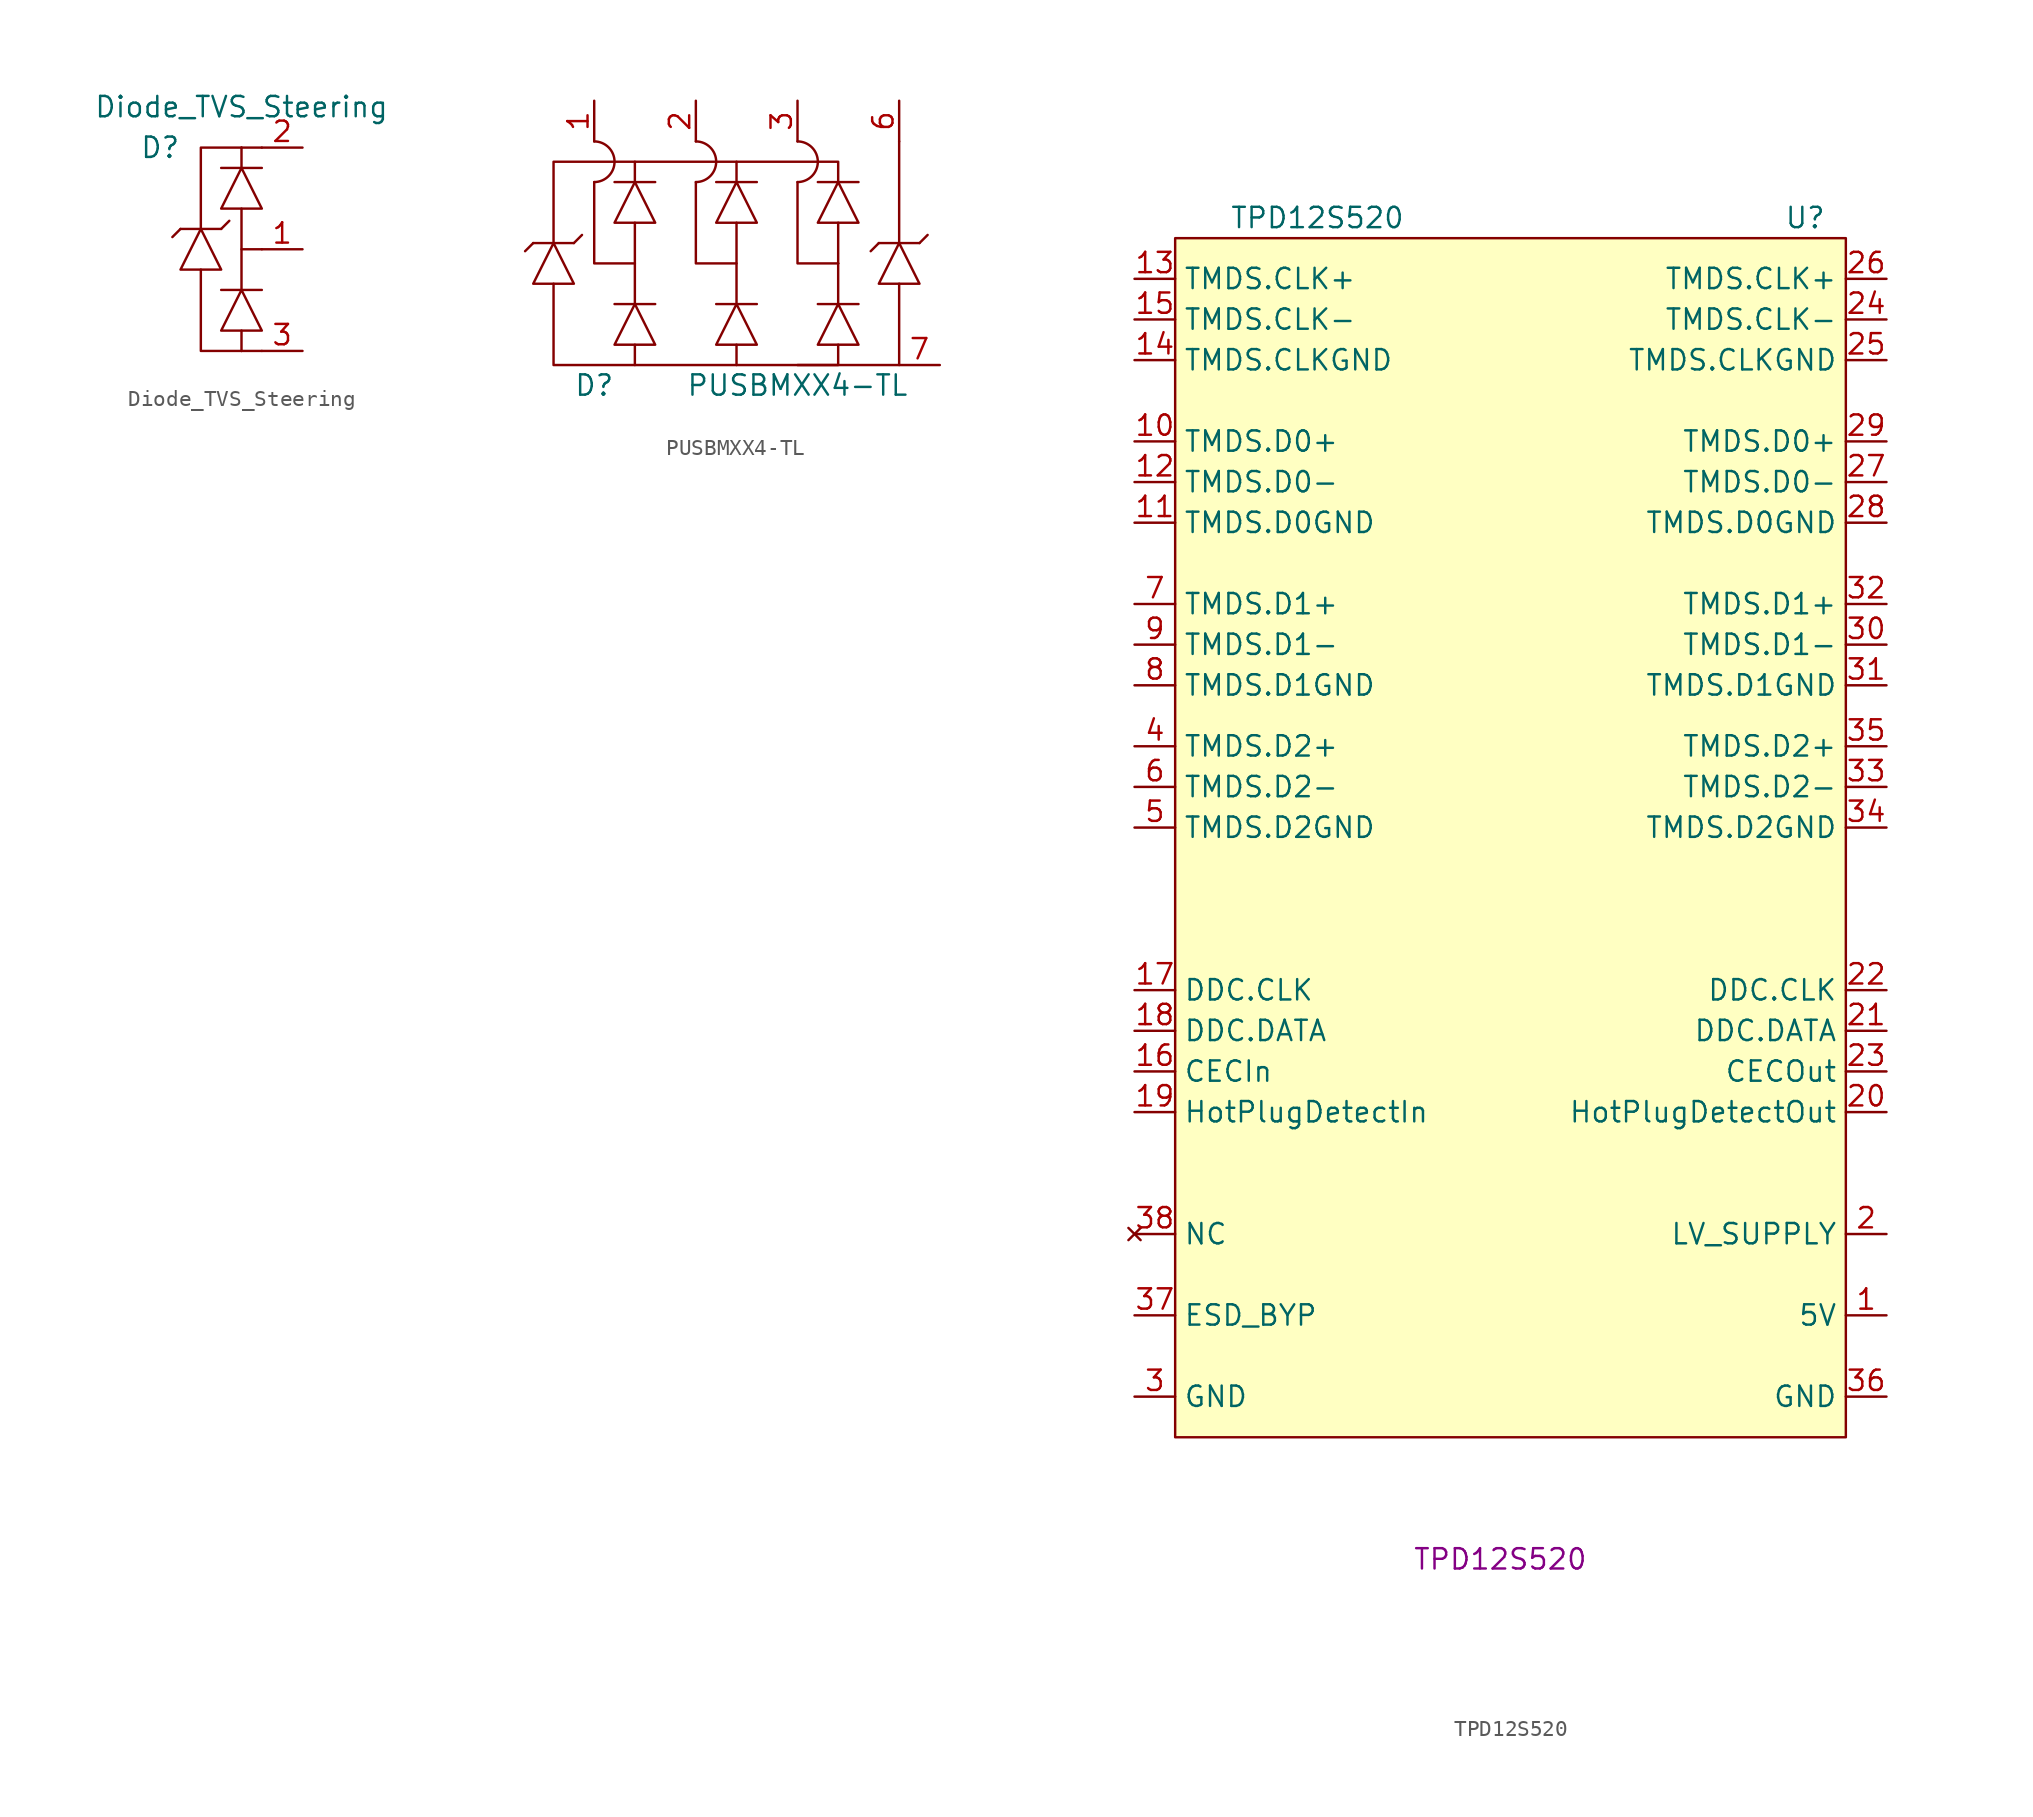
<source format=kicad_sym>
(kicad_symbol_lib
  (version 20211014)
  (generator kicad_symbol_editor)
  (symbol "Diode_TVS_Steering"
    (pin_names hide)
    (property "Reference" "D"
      (at -5.08 6.35 0)
      (effects (font (size 1.27 1.27))))
    (property "Value" "Diode_TVS_Steering"
      (at 0 8.89 0)
      (effects (font (size 1.27 1.27))))
    (symbol "Diode_TVS_Steering_0_1"
      (polyline (pts (xy 0 -5.08) (xy 0 -6.35)) (stroke (width 0) (type default) (color 0 0 0 0)) (fill (type none)))
      (polyline (pts (xy 0 5.08) (xy 0 6.35)) (stroke (width 0) (type default) (color 0 0 0 0)) (fill (type none)))
      (polyline (pts (xy 1.27 -6.35) (xy 0 -6.35)) (stroke (width 0) (type default) (color 0 0 0 0)) (fill (type none)))
      (polyline (pts (xy 1.27 0) (xy 0 0)) (stroke (width 0) (type default) (color 0 0 0 0)) (fill (type none)))
      (polyline (pts (xy 1.27 6.35) (xy 0 6.35)) (stroke (width 0) (type default) (color 0 0 0 0)) (fill (type none)))
      (polyline (pts (xy -2.54 1.27) (xy -2.54 6.35) (xy 0 6.35)) (stroke (width 0) (type default) (color 0 0 0 0)) (fill (type none)))
      (polyline (pts (xy 0 -6.35) (xy -2.54 -6.35) (xy -2.54 -1.27)) (stroke (width 0) (type default) (color 0 0 0 0)) (fill (type none))))
    (symbol "Diode_TVS_Steering_1_1"
      (polyline (pts (xy -3.81 1.27) (xy -4.318 0.762)) (stroke (width 0) (type default) (color 0 0 0 0)) (fill (type none)))
      (polyline (pts (xy -3.81 1.27) (xy -1.27 1.27)) (stroke (width 0) (type default) (color 0 0 0 0)) (fill (type none)))
      (polyline (pts (xy -1.27 -2.54) (xy 1.27 -2.54)) (stroke (width 0) (type default) (color 0 0 0 0)) (fill (type none)))
      (polyline (pts (xy -1.27 1.27) (xy -0.762 1.778)) (stroke (width 0) (type default) (color 0 0 0 0)) (fill (type none)))
      (polyline (pts (xy -1.27 5.08) (xy 1.27 5.08)) (stroke (width 0) (type default) (color 0 0 0 0)) (fill (type none)))
      (polyline (pts (xy 0 2.54) (xy 0 -2.54)) (stroke (width 0) (type default) (color 0 0 0 0)) (fill (type none)))
      (polyline (pts (xy -3.81 -1.27) (xy -1.27 -1.27) (xy -2.54 1.27) (xy -3.81 -1.27)) (stroke (width 0) (type default) (color 0 0 0 0)) (fill (type none)))
      (polyline (pts (xy -1.27 -5.08) (xy 1.27 -5.08) (xy 0 -2.54) (xy -1.27 -5.08)) (stroke (width 0) (type default) (color 0 0 0 0)) (fill (type none)))
      (polyline (pts (xy -1.27 2.54) (xy 1.27 2.54) (xy 0 5.08) (xy -1.27 2.54)) (stroke (width 0) (type default) (color 0 0 0 0)) (fill (type none)))
      (pin power_in line (at 3.81 0 180) (length 2.54) (name "~" (effects (font (size 1.27 1.27)))) (number "1" (effects (font (size 1.27 1.27)))))
      (pin passive line (at 3.81 6.35 180) (length 2.54) (name "Vp" (effects (font (size 1.27 1.27)))) (number "2" (effects (font (size 1.27 1.27)))))
      (pin passive line (at 3.81 -6.35 180) (length 2.54) (name "Vn" (effects (font (size 1.27 1.27)))) (number "3" (effects (font (size 1.27 1.27)))))))
  (symbol "PUSBMXX4-TL"
    (property "Reference" "D"
      (at -8.89 -7.62 0)
      (effects (font (size 1.27 1.27))))
    (property "Value" "PUSBMXX4-TL"
      (at 3.81 -7.62 0)
      (effects (font (size 1.27 1.27))))
    (symbol "PUSBMXX4-TL_0_1"
      (arc (start -8.89 5.08) (mid -7.62 6.35) (end -8.89 7.62) (stroke (width 0) (type default) (color 0 0 0 0)) (fill (type none)))
      (polyline (pts (xy -6.35 2.54) (xy -6.35 -2.54)) (stroke (width 0) (type default) (color 0 0 0 0)) (fill (type none)))
      (polyline (pts (xy 0 -5.08) (xy 0 -6.35)) (stroke (width 0) (type default) (color 0 0 0 0)) (fill (type none)))
      (polyline (pts (xy 0 2.54) (xy 0 -2.54)) (stroke (width 0) (type default) (color 0 0 0 0)) (fill (type none)))
      (polyline (pts (xy 0 6.35) (xy 0 5.08)) (stroke (width 0) (type default) (color 0 0 0 0)) (fill (type none)))
      (polyline (pts (xy 6.35 0) (xy 6.35 -2.54)) (stroke (width 0) (type default) (color 0 0 0 0)) (fill (type none)))
      (polyline (pts (xy 6.35 2.54) (xy 6.35 0)) (stroke (width 0) (type default) (color 0 0 0 0)) (fill (type none)))
      (polyline (pts (xy 10.16 1.27) (xy 10.16 7.62)) (stroke (width 0) (type default) (color 0 0 0 0)) (fill (type none)))
      (polyline (pts (xy -11.43 -1.27) (xy -11.43 -6.35) (xy -6.35 -6.35)) (stroke (width 0) (type default) (color 0 0 0 0)) (fill (type none)))
      (polyline (pts (xy -8.89 5.08) (xy -8.89 0) (xy -6.35 0)) (stroke (width 0) (type default) (color 0 0 0 0)) (fill (type none)))
      (polyline (pts (xy -6.35 6.35) (xy -11.43 6.35) (xy -11.43 1.27)) (stroke (width 0) (type default) (color 0 0 0 0)) (fill (type none)))
      (polyline (pts (xy -2.54 5.08) (xy -2.54 0) (xy 0 0)) (stroke (width 0) (type default) (color 0 0 0 0)) (fill (type none)))
      (polyline (pts (xy 3.81 -6.35) (xy 10.16 -6.35) (xy 10.16 -1.27)) (stroke (width 0) (type default) (color 0 0 0 0)) (fill (type none)))
      (polyline (pts (xy 3.81 5.08) (xy 3.81 0) (xy 6.35 0)) (stroke (width 0) (type default) (color 0 0 0 0)) (fill (type none)))
      (polyline (pts (xy -6.35 -5.08) (xy -6.35 -6.35) (xy 6.35 -6.35) (xy 6.35 -5.08)) (stroke (width 0) (type default) (color 0 0 0 0)) (fill (type none)))
      (polyline (pts (xy 6.35 5.08) (xy 6.35 6.35) (xy -6.35 6.35) (xy -6.35 5.08)) (stroke (width 0) (type default) (color 0 0 0 0)) (fill (type none))))
    (symbol "PUSBMXX4-TL_1_1"
      (arc (start -2.54 5.08) (mid -1.27 6.35) (end -2.54 7.62) (stroke (width 0) (type default) (color 0 0 0 0)) (fill (type none)))
      (polyline (pts (xy -12.7 1.27) (xy -13.208 0.762)) (stroke (width 0) (type default) (color 0 0 0 0)) (fill (type none)))
      (polyline (pts (xy -12.7 1.27) (xy -10.16 1.27)) (stroke (width 0) (type default) (color 0 0 0 0)) (fill (type none)))
      (polyline (pts (xy -10.16 1.27) (xy -9.652 1.778)) (stroke (width 0) (type default) (color 0 0 0 0)) (fill (type none)))
      (polyline (pts (xy -7.62 -2.54) (xy -5.08 -2.54)) (stroke (width 0) (type default) (color 0 0 0 0)) (fill (type none)))
      (polyline (pts (xy -7.62 5.08) (xy -5.08 5.08)) (stroke (width 0) (type default) (color 0 0 0 0)) (fill (type none)))
      (polyline (pts (xy -1.27 -2.54) (xy 1.27 -2.54)) (stroke (width 0) (type default) (color 0 0 0 0)) (fill (type none)))
      (polyline (pts (xy -1.27 5.08) (xy 1.27 5.08)) (stroke (width 0) (type default) (color 0 0 0 0)) (fill (type none)))
      (polyline (pts (xy 5.08 -2.54) (xy 7.62 -2.54)) (stroke (width 0) (type default) (color 0 0 0 0)) (fill (type none)))
      (polyline (pts (xy 5.08 5.08) (xy 7.62 5.08)) (stroke (width 0) (type default) (color 0 0 0 0)) (fill (type none)))
      (polyline (pts (xy 8.89 1.27) (xy 8.382 0.762)) (stroke (width 0) (type default) (color 0 0 0 0)) (fill (type none)))
      (polyline (pts (xy 8.89 1.27) (xy 11.43 1.27)) (stroke (width 0) (type default) (color 0 0 0 0)) (fill (type none)))
      (polyline (pts (xy 11.43 1.27) (xy 11.938 1.778)) (stroke (width 0) (type default) (color 0 0 0 0)) (fill (type none)))
      (polyline (pts (xy -12.7 -1.27) (xy -10.16 -1.27) (xy -11.43 1.27) (xy -12.7 -1.27)) (stroke (width 0) (type default) (color 0 0 0 0)) (fill (type none)))
      (polyline (pts (xy -7.62 -5.08) (xy -5.08 -5.08) (xy -6.35 -2.54) (xy -7.62 -5.08)) (stroke (width 0) (type default) (color 0 0 0 0)) (fill (type none)))
      (polyline (pts (xy -7.62 2.54) (xy -5.08 2.54) (xy -6.35 5.08) (xy -7.62 2.54)) (stroke (width 0) (type default) (color 0 0 0 0)) (fill (type none)))
      (polyline (pts (xy -1.27 -5.08) (xy 1.27 -5.08) (xy 0 -2.54) (xy -1.27 -5.08)) (stroke (width 0) (type default) (color 0 0 0 0)) (fill (type none)))
      (polyline (pts (xy -1.27 2.54) (xy 1.27 2.54) (xy 0 5.08) (xy -1.27 2.54)) (stroke (width 0) (type default) (color 0 0 0 0)) (fill (type none)))
      (polyline (pts (xy 5.08 -5.08) (xy 7.62 -5.08) (xy 6.35 -2.54) (xy 5.08 -5.08)) (stroke (width 0) (type default) (color 0 0 0 0)) (fill (type none)))
      (polyline (pts (xy 5.08 2.54) (xy 7.62 2.54) (xy 6.35 5.08) (xy 5.08 2.54)) (stroke (width 0) (type default) (color 0 0 0 0)) (fill (type none)))
      (polyline (pts (xy 8.89 -1.27) (xy 11.43 -1.27) (xy 10.16 1.27) (xy 8.89 -1.27)) (stroke (width 0) (type default) (color 0 0 0 0)) (fill (type none)))
      (arc (start 3.81 5.08) (mid 5.08 6.35) (end 3.81 7.62) (stroke (width 0) (type default) (color 0 0 0 0)) (fill (type none)))
      (pin power_in line (at -8.89 10.16 270) (length 2.54) (name "~" (effects (font (size 1.27 1.27)))) (number "1" (effects (font (size 1.27 1.27)))))
      (pin power_in line (at -2.54 10.16 270) (length 2.54) (name "~" (effects (font (size 1.27 1.27)))) (number "2" (effects (font (size 1.27 1.27)))))
      (pin power_in line (at 3.81 10.16 270) (length 2.54) (name "~" (effects (font (size 1.27 1.27)))) (number "3" (effects (font (size 1.27 1.27)))))
      (pin power_in line (at 10.16 10.16 270) (length 2.54) (name "~" (effects (font (size 1.27 1.27)))) (number "6" (effects (font (size 1.27 1.27)))))
      (pin power_in line (at 12.7 -6.35 180) (length 2.54) (name "~" (effects (font (size 1.27 1.27)))) (number "7" (effects (font (size 1.27 1.27)))))))
  (symbol "TPD12S520"
    (property "Reference" "U"
      (at 19.05 39.37 0)
      (effects (font (size 1.27 1.27))))
    (property "Value" "TPD12S520"
      (at -11.43 39.37 0)
      (effects (font (size 1.27 1.27))))
    (property "MPN" "TPD12S520"
      (at 0 -44.45 0)
      (effects (font (size 1.27 1.27))))
    (symbol "TPD12S520_0_1"
      (rectangle (start -20.32 38.1) (end 21.59 -36.83) (stroke (width 0) (type default) (color 0 0 0 0)) (fill (type background))))
    (symbol "TPD12S520_1_1"
      (pin power_in line (at 24.13 -29.21 180) (length 2.54) (name "5V" (effects (font (size 1.27 1.27)))) (number "1" (effects (font (size 1.27 1.27)))))
      (pin bidirectional line (at -22.86 25.4 0) (length 2.54) (name "TMDS.D0+" (effects (font (size 1.27 1.27)))) (number "10" (effects (font (size 1.27 1.27)))))
      (pin passive line (at -22.86 20.32 0) (length 2.54) (name "TMDS.D0GND" (effects (font (size 1.27 1.27)))) (number "11" (effects (font (size 1.27 1.27)))))
      (pin bidirectional line (at -22.86 22.86 0) (length 2.54) (name "TMDS.D0-" (effects (font (size 1.27 1.27)))) (number "12" (effects (font (size 1.27 1.27)))))
      (pin bidirectional line (at -22.86 35.56 0) (length 2.54) (name "TMDS.CLK+" (effects (font (size 1.27 1.27)))) (number "13" (effects (font (size 1.27 1.27)))))
      (pin passive line (at -22.86 30.48 0) (length 2.54) (name "TMDS.CLKGND" (effects (font (size 1.27 1.27)))) (number "14" (effects (font (size 1.27 1.27)))))
      (pin bidirectional line (at -22.86 33.02 0) (length 2.54) (name "TMDS.CLK-" (effects (font (size 1.27 1.27)))) (number "15" (effects (font (size 1.27 1.27)))))
      (pin bidirectional line (at -22.86 -13.97 0) (length 2.54) (name "CECIn" (effects (font (size 1.27 1.27)))) (number "16" (effects (font (size 1.27 1.27)))))
      (pin bidirectional line (at -22.86 -8.89 0) (length 2.54) (name "DDC.CLK" (effects (font (size 1.27 1.27)))) (number "17" (effects (font (size 1.27 1.27)))))
      (pin bidirectional line (at -22.86 -11.43 0) (length 2.54) (name "DDC.DATA" (effects (font (size 1.27 1.27)))) (number "18" (effects (font (size 1.27 1.27)))))
      (pin bidirectional line (at -22.86 -16.51 0) (length 2.54) (name "HotPlugDetectIn" (effects (font (size 1.27 1.27)))) (number "19" (effects (font (size 1.27 1.27)))))
      (pin power_in line (at 24.13 -24.13 180) (length 2.54) (name "LV_SUPPLY" (effects (font (size 1.27 1.27)))) (number "2" (effects (font (size 1.27 1.27)))))
      (pin bidirectional line (at 24.13 -16.51 180) (length 2.54) (name "HotPlugDetectOut" (effects (font (size 1.27 1.27)))) (number "20" (effects (font (size 1.27 1.27)))))
      (pin bidirectional line (at 24.13 -11.43 180) (length 2.54) (name "DDC.DATA" (effects (font (size 1.27 1.27)))) (number "21" (effects (font (size 1.27 1.27)))))
      (pin bidirectional line (at 24.13 -8.89 180) (length 2.54) (name "DDC.CLK" (effects (font (size 1.27 1.27)))) (number "22" (effects (font (size 1.27 1.27)))))
      (pin bidirectional line (at 24.13 -13.97 180) (length 2.54) (name "CECOut" (effects (font (size 1.27 1.27)))) (number "23" (effects (font (size 1.27 1.27)))))
      (pin bidirectional line (at 24.13 33.02 180) (length 2.54) (name "TMDS.CLK-" (effects (font (size 1.27 1.27)))) (number "24" (effects (font (size 1.27 1.27)))))
      (pin passive line (at 24.13 30.48 180) (length 2.54) (name "TMDS.CLKGND" (effects (font (size 1.27 1.27)))) (number "25" (effects (font (size 1.27 1.27)))))
      (pin bidirectional line (at 24.13 35.56 180) (length 2.54) (name "TMDS.CLK+" (effects (font (size 1.27 1.27)))) (number "26" (effects (font (size 1.27 1.27)))))
      (pin bidirectional line (at 24.13 22.86 180) (length 2.54) (name "TMDS.D0-" (effects (font (size 1.27 1.27)))) (number "27" (effects (font (size 1.27 1.27)))))
      (pin passive line (at 24.13 20.32 180) (length 2.54) (name "TMDS.D0GND" (effects (font (size 1.27 1.27)))) (number "28" (effects (font (size 1.27 1.27)))))
      (pin bidirectional line (at 24.13 25.4 180) (length 2.54) (name "TMDS.D0+" (effects (font (size 1.27 1.27)))) (number "29" (effects (font (size 1.27 1.27)))))
      (pin passive line (at -22.86 -34.29 0) (length 2.54) (name "GND" (effects (font (size 1.27 1.27)))) (number "3" (effects (font (size 1.27 1.27)))))
      (pin passive line (at 24.13 12.7 180) (length 2.54) (name "TMDS.D1-" (effects (font (size 1.27 1.27)))) (number "30" (effects (font (size 1.27 1.27)))))
      (pin passive line (at 24.13 10.16 180) (length 2.54) (name "TMDS.D1GND" (effects (font (size 1.27 1.27)))) (number "31" (effects (font (size 1.27 1.27)))))
      (pin bidirectional line (at 24.13 15.24 180) (length 2.54) (name "TMDS.D1+" (effects (font (size 1.27 1.27)))) (number "32" (effects (font (size 1.27 1.27)))))
      (pin bidirectional line (at 24.13 3.81 180) (length 2.54) (name "TMDS.D2-" (effects (font (size 1.27 1.27)))) (number "33" (effects (font (size 1.27 1.27)))))
      (pin passive line (at 24.13 1.27 180) (length 2.54) (name "TMDS.D2GND" (effects (font (size 1.27 1.27)))) (number "34" (effects (font (size 1.27 1.27)))))
      (pin bidirectional line (at 24.13 6.35 180) (length 2.54) (name "TMDS.D2+" (effects (font (size 1.27 1.27)))) (number "35" (effects (font (size 1.27 1.27)))))
      (pin passive line (at 24.13 -34.29 180) (length 2.54) (name "GND" (effects (font (size 1.27 1.27)))) (number "36" (effects (font (size 1.27 1.27)))))
      (pin passive line (at -22.86 -29.21 0) (length 2.54) (name "ESD_BYP" (effects (font (size 1.27 1.27)))) (number "37" (effects (font (size 1.27 1.27)))))
      (pin no_connect line (at -22.86 -24.13 0) (length 2.54) (name "NC" (effects (font (size 1.27 1.27)))) (number "38" (effects (font (size 1.27 1.27)))))
      (pin bidirectional line (at -22.86 6.35 0) (length 2.54) (name "TMDS.D2+" (effects (font (size 1.27 1.27)))) (number "4" (effects (font (size 1.27 1.27)))))
      (pin passive line (at -22.86 1.27 0) (length 2.54) (name "TMDS.D2GND" (effects (font (size 1.27 1.27)))) (number "5" (effects (font (size 1.27 1.27)))))
      (pin bidirectional line (at -22.86 3.81 0) (length 2.54) (name "TMDS.D2-" (effects (font (size 1.27 1.27)))) (number "6" (effects (font (size 1.27 1.27)))))
      (pin bidirectional line (at -22.86 15.24 0) (length 2.54) (name "TMDS.D1+" (effects (font (size 1.27 1.27)))) (number "7" (effects (font (size 1.27 1.27)))))
      (pin passive line (at -22.86 10.16 0) (length 2.54) (name "TMDS.D1GND" (effects (font (size 1.27 1.27)))) (number "8" (effects (font (size 1.27 1.27)))))
      (pin bidirectional line (at -22.86 12.7 0) (length 2.54) (name "TMDS.D1-" (effects (font (size 1.27 1.27)))) (number "9" (effects (font (size 1.27 1.27))))))))
</source>
